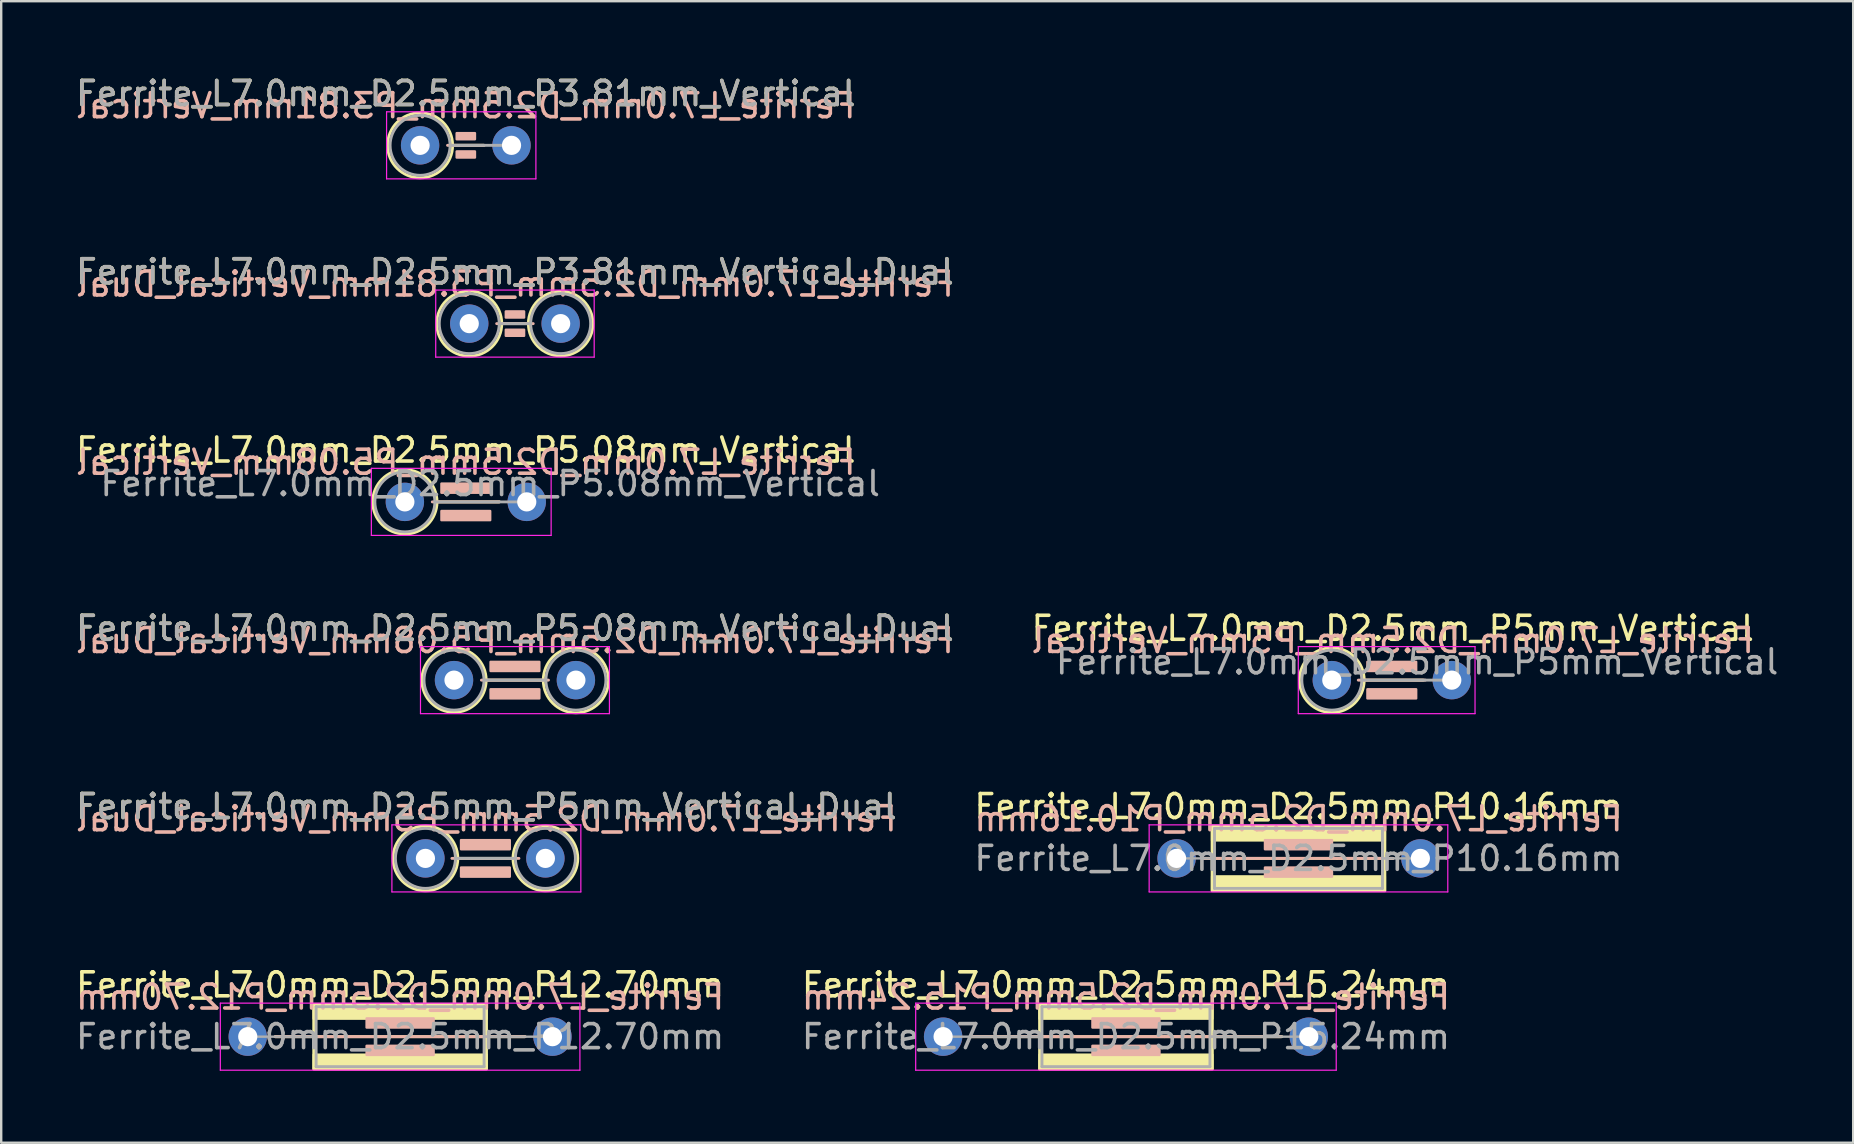
<source format=kicad_pcb>
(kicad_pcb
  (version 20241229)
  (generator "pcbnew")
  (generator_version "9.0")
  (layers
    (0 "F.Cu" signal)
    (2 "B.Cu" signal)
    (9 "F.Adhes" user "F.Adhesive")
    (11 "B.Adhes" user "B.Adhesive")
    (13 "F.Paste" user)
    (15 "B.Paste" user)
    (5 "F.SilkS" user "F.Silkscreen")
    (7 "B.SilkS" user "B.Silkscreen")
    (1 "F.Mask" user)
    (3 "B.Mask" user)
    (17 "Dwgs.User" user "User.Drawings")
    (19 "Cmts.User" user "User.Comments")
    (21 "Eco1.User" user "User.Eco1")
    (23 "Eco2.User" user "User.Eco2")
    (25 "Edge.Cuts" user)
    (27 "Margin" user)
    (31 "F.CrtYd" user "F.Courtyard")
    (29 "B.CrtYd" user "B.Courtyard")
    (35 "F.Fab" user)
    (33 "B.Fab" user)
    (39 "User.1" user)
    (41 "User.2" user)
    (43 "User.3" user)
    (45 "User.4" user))
  (footprint "Ferrite_L7.0mm_D2.5mm_P10.16mm"
    (layer "F.Cu")
    (at 45.985 32.724)
    (property "Reference" "Ferrite_L7.0mm_D2.5mm_P10.16mm" (at 5.08 -2.159 0) (layer "F.SilkS") (effects (font (size 1 1) (thickness 0.15))))
    (fp_line (start 6.694 0.000002) (end 1.143 0) (stroke (width 0.12) (type solid)) (layer "F.SilkS"))
    (fp_line (start 6.694 0.000002) (end 9.017 0) (stroke (width 0.12) (type solid)) (layer "F.SilkS"))
    (fp_rect (start 1.48 -1.35) (end 8.68 1.35) (stroke (width 0.12) (type solid)) (fill no) (layer "F.SilkS"))
    (fp_poly (pts (xy 8.68 -0.75) (xy 1.48 -0.75) (xy 1.48 -1.35) (xy 8.68 -1.35)) (stroke (width 0.1) (type solid)) (fill yes) (layer "F.SilkS"))
    (fp_poly (pts (xy 8.68 1.35) (xy 1.48 1.35) (xy 1.48 0.75) (xy 8.68 0.75)) (stroke (width 0.1) (type solid)) (fill yes) (layer "F.SilkS"))
    (fp_line (start 1.143 0) (end 9.017 0) (stroke (width 0.12) (type solid)) (layer "B.SilkS"))
    (fp_rect (start 3.683 -0.762) (end 6.477 -0.381) (stroke (width 0.1) (type solid)) (fill yes) (layer "B.SilkS"))
    (fp_rect (start 3.683 0.381) (end 6.477 0.762) (stroke (width 0.1) (type solid)) (fill yes) (layer "B.SilkS"))
    (fp_line (start -1.143 -1.397) (end 11.303 -1.397) (stroke (width 0.05) (type solid)) (layer "F.CrtYd"))
    (fp_line (start -1.143 1.397) (end -1.143 -1.397) (stroke (width 0.05) (type solid)) (layer "F.CrtYd"))
    (fp_line (start 11.303 -1.397) (end 11.303 1.397) (stroke (width 0.05) (type solid)) (layer "F.CrtYd"))
    (fp_line (start 11.303 1.397) (end -1.143 1.397) (stroke (width 0.05) (type solid)) (layer "F.CrtYd"))
    (fp_line (start 0 0) (end 1.58 0) (stroke (width 0.1) (type solid)) (layer "F.Fab"))
    (fp_line (start 1.58 -1.25) (end 1.58 0) (stroke (width 0.12) (type solid)) (layer "F.Fab"))
    (fp_line (start 1.58 0) (end 1.58 1.25) (stroke (width 0.12) (type solid)) (layer "F.Fab"))
    (fp_line (start 1.58 1.25) (end 8.58 1.25) (stroke (width 0.12) (type solid)) (layer "F.Fab"))
    (fp_line (start 8.58 -1.25) (end 1.58 -1.25) (stroke (width 0.12) (type solid)) (layer "F.Fab"))
    (fp_line (start 8.58 1.25) (end 8.58 -1.25) (stroke (width 0.12) (type solid)) (layer "F.Fab"))
    (fp_line (start 10.16 0) (end 8.58 0) (stroke (width 0.1) (type solid)) (layer "F.Fab"))
    (fp_text user "${REFERENCE}" (at 5.08 -1.651 0) (layer "B.SilkS") (effects (font (size 1 1) (thickness 0.15)) (justify mirror)))
    (fp_text user "${REFERENCE}" (at 5.08 0 0) (layer "F.Fab") (effects (font (size 1 1) (thickness 0.15))))
    (pad "1" thru_hole circle (at 0 0) (size 1.6 1.6) (drill 0.8) (layers "*.Cu" "*.Mask"))
    (pad "2" thru_hole circle (at 10.16 0) (size 1.6 1.6) (drill 0.8) (layers "*.Cu" "*.Mask")))
  (footprint "Ferrite_L7.0mm_D2.5mm_P3.81mm_Vertical_Dual"
    (layer "F.Cu")
    (at 16.506 10.437)
    (property "Reference" "Ferrite_L7.0mm_D2.5mm_P3.81mm_Vertical_Dual" (at 1.905 -2.159 0) (layer "F.SilkS") (effects (font (size 1 1) (thickness 0.15))))
    (fp_line (start 1.355 0) (end 2.465 0) (stroke (width 0.12) (type solid)) (layer "F.SilkS"))
    (fp_circle (center 0 0) (end 1.355 0) (stroke (width 0.12) (type solid)) (fill no) (layer "F.SilkS"))
    (fp_circle (center 3.81 0) (end 5.155 0) (stroke (width 0.12) (type solid)) (fill no) (layer "F.SilkS"))
    (fp_line (start 2.667 0) (end 1.143 0) (stroke (width 0.12) (type solid)) (layer "B.SilkS"))
    (fp_rect (start 1.524 -0.508) (end 2.286 -0.254) (stroke (width 0.1) (type solid)) (fill yes) (layer "B.SilkS"))
    (fp_rect (start 1.524 0.254) (end 2.286 0.508) (stroke (width 0.1) (type solid)) (fill yes) (layer "B.SilkS"))
    (fp_line (start -1.397 -1.397) (end 5.207 -1.397) (stroke (width 0.05) (type solid)) (layer "F.CrtYd"))
    (fp_line (start -1.397 1.397) (end -1.397 -1.397) (stroke (width 0.05) (type solid)) (layer "F.CrtYd"))
    (fp_line (start 5.207 -1.397) (end 5.207 1.397) (stroke (width 0.05) (type solid)) (layer "F.CrtYd"))
    (fp_line (start 5.207 1.397) (end -1.397 1.397) (stroke (width 0.05) (type solid)) (layer "F.CrtYd"))
    (fp_line (start 1.25 0) (end 2.56 0) (stroke (width 0.12) (type solid)) (layer "F.Fab"))
    (fp_circle (center 0 0) (end 1.25 0) (stroke (width 0.12) (type solid)) (fill no) (layer "F.Fab"))
    (fp_circle (center 3.81 0) (end 5.06 0) (stroke (width 0.12) (type solid)) (fill no) (layer "F.Fab"))
    (fp_text user "${REFERENCE}" (at 1.905 -1.651 0) (layer "B.SilkS") (effects (font (size 1 1) (thickness 0.15)) (justify mirror)))
    (fp_text user "${REFERENCE}" (at 1.905 -2.158 0) (layer "F.Fab") (effects (font (size 1 1) (thickness 0.15))))
    (pad "1" thru_hole circle (at 0 0) (size 1.6 1.6) (drill 0.8) (layers "*.Cu" "*.Mask"))
    (pad "2" thru_hole circle (at 3.81 0) (size 1.6 1.6) (drill 0.8) (layers "*.Cu" "*.Mask")))
  (footprint "Ferrite_L7.0mm_D2.5mm_P3.81mm_Vertical"
    (layer "F.Cu")
    (at 14.458 3.007)
    (property "Reference" "Ferrite_L7.0mm_D2.5mm_P3.81mm_Vertical" (at 1.905 -2.159 0) (layer "F.SilkS") (effects (font (size 1 1) (thickness 0.15))))
    (fp_line (start 1.355 0) (end 2.667 0) (stroke (width 0.12) (type solid)) (layer "F.SilkS"))
    (fp_circle (center 0 0) (end 1.355 0) (stroke (width 0.12) (type solid)) (fill no) (layer "F.SilkS"))
    (fp_line (start 2.667 0) (end 1.143 0) (stroke (width 0.12) (type solid)) (layer "B.SilkS"))
    (fp_rect (start 1.524 -0.508) (end 2.286 -0.254) (stroke (width 0.1) (type solid)) (fill yes) (layer "B.SilkS"))
    (fp_rect (start 1.524 0.254) (end 2.286 0.508) (stroke (width 0.1) (type solid)) (fill yes) (layer "B.SilkS"))
    (fp_line (start -1.397 -1.397) (end 4.826 -1.397) (stroke (width 0.05) (type solid)) (layer "F.CrtYd"))
    (fp_line (start -1.397 1.397) (end -1.397 -1.397) (stroke (width 0.05) (type solid)) (layer "F.CrtYd"))
    (fp_line (start 4.826 -1.397) (end 4.826 1.397) (stroke (width 0.05) (type solid)) (layer "F.CrtYd"))
    (fp_line (start 4.826 1.397) (end -1.397 1.397) (stroke (width 0.05) (type solid)) (layer "F.CrtYd"))
    (fp_line (start 1.25 0) (end 3.81 0) (stroke (width 0.12) (type solid)) (layer "F.Fab"))
    (fp_circle (center 0 0) (end 1.25 0) (stroke (width 0.12) (type solid)) (fill no) (layer "F.Fab"))
    (fp_text user "${REFERENCE}" (at 1.905 -1.651 0) (layer "B.SilkS") (effects (font (size 1 1) (thickness 0.15)) (justify mirror)))
    (fp_text user "${REFERENCE}" (at 1.905 -2.158 0) (layer "F.Fab") (effects (font (size 1 1) (thickness 0.15))))
    (pad "1" thru_hole circle (at 0 0) (size 1.6 1.6) (drill 0.8) (layers "*.Cu" "*.Mask"))
    (pad "2" thru_hole circle (at 3.81 0) (size 1.6 1.6) (drill 0.8) (layers "*.Cu" "*.Mask")))
  (footprint "Ferrite_L7.0mm_D2.5mm_P5mm_Vertical"
    (layer "F.Cu")
    (at 52.454 25.295)
    (property "Reference" "Ferrite_L7.0mm_D2.5mm_P5mm_Vertical" (at 2.54 -2.159 0) (layer "F.SilkS") (effects (font (size 1 1) (thickness 0.15))))
    (fp_line (start 1.35 0) (end 3.81 0) (stroke (width 0.12) (type solid)) (layer "F.SilkS"))
    (fp_circle (center 0 0) (end 1.35 0) (stroke (width 0.12) (type solid)) (fill no) (layer "F.SilkS"))
    (fp_line (start 3.897 0) (end 1.103 0) (stroke (width 0.12) (type solid)) (layer "B.SilkS"))
    (fp_rect (start 1.484 -0.762) (end 3.516 -0.381) (stroke (width 0.1) (type solid)) (fill yes) (layer "B.SilkS"))
    (fp_rect (start 1.484 0.381) (end 3.516 0.762) (stroke (width 0.1) (type solid)) (fill yes) (layer "B.SilkS"))
    (fp_line (start -1.397 -1.397) (end 5.969 -1.397) (stroke (width 0.05) (type solid)) (layer "F.CrtYd"))
    (fp_line (start -1.397 1.397) (end -1.397 -1.397) (stroke (width 0.05) (type solid)) (layer "F.CrtYd"))
    (fp_line (start 5.969 -1.397) (end 5.969 1.397) (stroke (width 0.05) (type solid)) (layer "F.CrtYd"))
    (fp_line (start 5.969 1.397) (end -1.397 1.397) (stroke (width 0.05) (type solid)) (layer "F.CrtYd"))
    (fp_line (start 1.25 0) (end 5 0) (stroke (width 0.12) (type solid)) (layer "F.Fab"))
    (fp_circle (center 0 0) (end 1.25 0) (stroke (width 0.12) (type solid)) (fill no) (layer "F.Fab"))
    (fp_text user "${REFERENCE}" (at 2.54 -1.651 0) (layer "B.SilkS") (effects (font (size 1 1) (thickness 0.15)) (justify mirror)))
    (fp_text user "${REFERENCE}" (at 3.556 -0.762 0) (layer "F.Fab") (effects (font (size 1 1) (thickness 0.15))))
    (pad "1" thru_hole circle (at 0 0) (size 1.6 1.6) (drill 0.8) (layers "*.Cu" "*.Mask"))
    (pad "2" thru_hole circle (at 5 0) (size 1.6 1.6) (drill 0.8) (layers "*.Cu" "*.Mask")))
  (footprint "Ferrite_L7.0mm_D2.5mm_P15.24mm"
    (layer "F.Cu")
    (at 36.255 40.154)
    (property "Reference" "Ferrite_L7.0mm_D2.5mm_P15.24mm" (at 7.62 -2.159 0) (layer "F.SilkS") (effects (font (size 1 1) (thickness 0.15))))
    (fp_line (start 9.234 0.000002) (end 1.17 0) (stroke (width 0.12) (type solid)) (layer "F.SilkS"))
    (fp_line (start 9.234 0.000002) (end 14.12 0) (stroke (width 0.12) (type solid)) (layer "F.SilkS"))
    (fp_rect (start 4.02 -1.35) (end 11.22 1.35) (stroke (width 0.12) (type solid)) (fill no) (layer "F.SilkS"))
    (fp_poly (pts (xy 11.22 -0.75) (xy 4.02 -0.75) (xy 4.02 -1.35) (xy 11.22 -1.35)) (stroke (width 0.1) (type solid)) (fill yes) (layer "F.SilkS"))
    (fp_poly (pts (xy 11.22 1.35) (xy 4.02 1.35) (xy 4.02 0.75) (xy 11.22 0.75)) (stroke (width 0.1) (type solid)) (fill yes) (layer "F.SilkS"))
    (fp_line (start 1.143 0) (end 14.097 0) (stroke (width 0.12) (type solid)) (layer "B.SilkS"))
    (fp_rect (start 6.223 -0.762) (end 9.017 -0.381) (stroke (width 0.1) (type solid)) (fill yes) (layer "B.SilkS"))
    (fp_rect (start 6.223 0.381) (end 9.017 0.762) (stroke (width 0.1) (type solid)) (fill yes) (layer "B.SilkS"))
    (fp_line (start -1.143 -1.397) (end 16.383 -1.397) (stroke (width 0.05) (type solid)) (layer "F.CrtYd"))
    (fp_line (start -1.143 1.397) (end -1.143 -1.397) (stroke (width 0.05) (type solid)) (layer "F.CrtYd"))
    (fp_line (start 16.383 -1.397) (end 16.383 1.397) (stroke (width 0.05) (type solid)) (layer "F.CrtYd"))
    (fp_line (start 16.383 1.397) (end -1.143 1.397) (stroke (width 0.05) (type solid)) (layer "F.CrtYd"))
    (fp_line (start 4.12 -1.25) (end 4.12 0) (stroke (width 0.12) (type solid)) (layer "F.Fab"))
    (fp_line (start 4.12 0) (end 0 0) (stroke (width 0.1) (type solid)) (layer "F.Fab"))
    (fp_line (start 4.12 0) (end 4.12 1.25) (stroke (width 0.12) (type solid)) (layer "F.Fab"))
    (fp_line (start 4.12 1.25) (end 11.12 1.25) (stroke (width 0.12) (type solid)) (layer "F.Fab"))
    (fp_line (start 11.12 -1.25) (end 4.12 -1.25) (stroke (width 0.12) (type solid)) (layer "F.Fab"))
    (fp_line (start 11.12 1.25) (end 11.12 -1.25) (stroke (width 0.12) (type solid)) (layer "F.Fab"))
    (fp_line (start 15.24 0) (end 11.12 0) (stroke (width 0.1) (type solid)) (layer "F.Fab"))
    (fp_text user "${REFERENCE}" (at 7.62 -1.651 0) (layer "B.SilkS") (effects (font (size 1 1) (thickness 0.15)) (justify mirror)))
    (fp_text user "${REFERENCE}" (at 7.62 0 0) (layer "F.Fab") (effects (font (size 1 1) (thickness 0.15))))
    (pad "1" thru_hole circle (at 0 0) (size 1.6 1.6) (drill 0.8) (layers "*.Cu" "*.Mask"))
    (pad "2" thru_hole circle (at 15.24 0) (size 1.6 1.6) (drill 0.8) (layers "*.Cu" "*.Mask")))
  (footprint "Ferrite_L7.0mm_D2.5mm_P5.08mm_Vertical_Dual"
    (layer "F.Cu")
    (at 15.871 25.295)
    (property "Reference" "Ferrite_L7.0mm_D2.5mm_P5.08mm_Vertical_Dual" (at 2.54 -2.159 0) (layer "F.SilkS") (effects (font (size 1 1) (thickness 0.15))))
    (fp_line (start 1.34 0) (end 3.72 0) (stroke (width 0.12) (type solid)) (layer "F.SilkS"))
    (fp_circle (center 0 0) (end 1.34 0) (stroke (width 0.12) (type solid)) (fill no) (layer "F.SilkS"))
    (fp_circle (center 5.08 0) (end 6.44 0) (stroke (width 0.12) (type solid)) (fill no) (layer "F.SilkS"))
    (fp_line (start 3.937 0) (end 1.143 0) (stroke (width 0.12) (type solid)) (layer "B.SilkS"))
    (fp_rect (start 1.524 -0.762) (end 3.556 -0.381) (stroke (width 0.1) (type solid)) (fill yes) (layer "B.SilkS"))
    (fp_rect (start 1.524 0.381) (end 3.556 0.762) (stroke (width 0.1) (type solid)) (fill yes) (layer "B.SilkS"))
    (fp_line (start -1.397 -1.397) (end 6.477 -1.397) (stroke (width 0.05) (type solid)) (layer "F.CrtYd"))
    (fp_line (start -1.397 1.397) (end -1.397 -1.397) (stroke (width 0.05) (type solid)) (layer "F.CrtYd"))
    (fp_line (start 6.477 -1.397) (end 6.477 1.397) (stroke (width 0.05) (type solid)) (layer "F.CrtYd"))
    (fp_line (start 6.477 1.397) (end -1.397 1.397) (stroke (width 0.05) (type solid)) (layer "F.CrtYd"))
    (fp_line (start 1.25 0) (end 3.83 0) (stroke (width 0.12) (type solid)) (layer "F.Fab"))
    (fp_circle (center 0 0) (end 1.25 0) (stroke (width 0.12) (type solid)) (fill no) (layer "F.Fab"))
    (fp_circle (center 5.08 0) (end 6.33 0) (stroke (width 0.12) (type solid)) (fill no) (layer "F.Fab"))
    (fp_text user "${REFERENCE}" (at 2.54 -1.649 0) (layer "B.SilkS") (effects (font (size 1 1) (thickness 0.15)) (justify mirror)))
    (fp_text user "${REFERENCE}" (at 2.54 -2.158 0) (layer "F.Fab") (effects (font (size 1 1) (thickness 0.15))))
    (pad "1" thru_hole circle (at 0 0) (size 1.6 1.6) (drill 0.8) (layers "*.Cu" "*.Mask"))
    (pad "2" thru_hole circle (at 5.08 0) (size 1.6 1.6) (drill 0.8) (layers "*.Cu" "*.Mask")))
  (footprint "Ferrite_L7.0mm_D2.5mm_P12.70mm"
    (layer "F.Cu")
    (at 7.275 40.154)
    (property "Reference" "Ferrite_L7.0mm_D2.5mm_P12.70mm" (at 6.35 -2.159 0) (layer "F.SilkS") (effects (font (size 1 1) (thickness 0.15))))
    (fp_line (start 7.964 0.000002) (end 1.143 0) (stroke (width 0.12) (type solid)) (layer "F.SilkS"))
    (fp_line (start 7.964 0.000002) (end 11.557 0) (stroke (width 0.12) (type solid)) (layer "F.SilkS"))
    (fp_rect (start 2.75 -1.35) (end 9.95 1.35) (stroke (width 0.12) (type solid)) (fill no) (layer "F.SilkS"))
    (fp_poly (pts (xy 9.95 -0.75) (xy 2.75 -0.75) (xy 2.75 -1.35) (xy 9.95 -1.35)) (stroke (width 0.1) (type solid)) (fill yes) (layer "F.SilkS"))
    (fp_poly (pts (xy 9.95 1.35) (xy 2.75 1.35) (xy 2.75 0.75) (xy 9.95 0.75)) (stroke (width 0.1) (type solid)) (fill yes) (layer "F.SilkS"))
    (fp_line (start 1.143 0) (end 11.557 0) (stroke (width 0.12) (type solid)) (layer "B.SilkS"))
    (fp_rect (start 4.953 -0.762) (end 7.747 -0.381) (stroke (width 0.1) (type solid)) (fill yes) (layer "B.SilkS"))
    (fp_rect (start 4.953 0.381) (end 7.747 0.762) (stroke (width 0.1) (type solid)) (fill yes) (layer "B.SilkS"))
    (fp_line (start -1.143 -1.397) (end 13.843 -1.397) (stroke (width 0.05) (type solid)) (layer "F.CrtYd"))
    (fp_line (start -1.143 1.397) (end -1.143 -1.397) (stroke (width 0.05) (type solid)) (layer "F.CrtYd"))
    (fp_line (start 13.843 -1.397) (end 13.843 1.397) (stroke (width 0.05) (type solid)) (layer "F.CrtYd"))
    (fp_line (start 13.843 1.397) (end -1.143 1.397) (stroke (width 0.05) (type solid)) (layer "F.CrtYd"))
    (fp_line (start 0 0) (end 2.85 0) (stroke (width 0.1) (type solid)) (layer "F.Fab"))
    (fp_line (start 2.85 -1.25) (end 2.85 0) (stroke (width 0.12) (type solid)) (layer "F.Fab"))
    (fp_line (start 2.85 0) (end 2.85 1.25) (stroke (width 0.12) (type solid)) (layer "F.Fab"))
    (fp_line (start 2.85 1.25) (end 9.85 1.25) (stroke (width 0.12) (type solid)) (layer "F.Fab"))
    (fp_line (start 9.85 -1.25) (end 2.85 -1.25) (stroke (width 0.12) (type solid)) (layer "F.Fab"))
    (fp_line (start 9.85 1.25) (end 9.85 -1.25) (stroke (width 0.12) (type solid)) (layer "F.Fab"))
    (fp_line (start 12.7 0) (end 9.85 0) (stroke (width 0.1) (type solid)) (layer "F.Fab"))
    (fp_text user "${REFERENCE}" (at 6.35 -1.651 0) (layer "B.SilkS") (effects (font (size 1 1) (thickness 0.15)) (justify mirror)))
    (fp_text user "${REFERENCE}" (at 6.35 0 0) (layer "F.Fab") (effects (font (size 1 1) (thickness 0.15))))
    (pad "1" thru_hole circle (at 0 0) (size 1.6 1.6) (drill 0.8) (layers "*.Cu" "*.Mask"))
    (pad "2" thru_hole circle (at 12.7 0) (size 1.6 1.6) (drill 0.8) (layers "*.Cu" "*.Mask")))
  (footprint "Ferrite_L7.0mm_D2.5mm_P5.08mm_Vertical"
    (layer "F.Cu")
    (at 13.823 17.866)
    (property "Reference" "Ferrite_L7.0mm_D2.5mm_P5.08mm_Vertical" (at 2.54 -2.159 0) (layer "F.SilkS") (effects (font (size 1 1) (thickness 0.15))))
    (fp_line (start 1.34 0) (end 3.937 0) (stroke (width 0.12) (type solid)) (layer "F.SilkS"))
    (fp_circle (center 0 0) (end 1.34 0) (stroke (width 0.12) (type solid)) (fill no) (layer "F.SilkS"))
    (fp_line (start 3.937 0) (end 1.143 0) (stroke (width 0.12) (type solid)) (layer "B.SilkS"))
    (fp_rect (start 1.524 -0.762) (end 3.556 -0.381) (stroke (width 0.1) (type solid)) (fill yes) (layer "B.SilkS"))
    (fp_rect (start 1.524 0.381) (end 3.556 0.762) (stroke (width 0.1) (type solid)) (fill yes) (layer "B.SilkS"))
    (fp_line (start -1.397 -1.397) (end 6.096 -1.397) (stroke (width 0.05) (type solid)) (layer "F.CrtYd"))
    (fp_line (start -1.397 1.397) (end -1.397 -1.397) (stroke (width 0.05) (type solid)) (layer "F.CrtYd"))
    (fp_line (start 6.096 -1.397) (end 6.096 1.397) (stroke (width 0.05) (type solid)) (layer "F.CrtYd"))
    (fp_line (start 6.096 1.397) (end -1.397 1.397) (stroke (width 0.05) (type solid)) (layer "F.CrtYd"))
    (fp_line (start 1.25 0) (end 5.08 0) (stroke (width 0.12) (type solid)) (layer "F.Fab"))
    (fp_circle (center 0 0) (end 1.25 0) (stroke (width 0.12) (type solid)) (fill no) (layer "F.Fab"))
    (fp_text user "${REFERENCE}" (at 2.54 -1.651 0) (layer "B.SilkS") (effects (font (size 1 1) (thickness 0.15)) (justify mirror)))
    (fp_text user "${REFERENCE}" (at 3.556 -0.762 0) (layer "F.Fab") (effects (font (size 1 1) (thickness 0.15))))
    (pad "1" thru_hole circle (at 0 0) (size 1.6 1.6) (drill 0.8) (layers "*.Cu" "*.Mask"))
    (pad "2" thru_hole circle (at 5.08 0) (size 1.6 1.6) (drill 0.8) (layers "*.Cu" "*.Mask")))
  (footprint "Ferrite_L7.0mm_D2.5mm_P5mm_Vertical_Dual"
    (layer "F.Cu")
    (at 14.68 32.724)
    (property "Reference" "Ferrite_L7.0mm_D2.5mm_P5mm_Vertical_Dual" (at 2.54 -2.159 0) (layer "F.SilkS") (effects (font (size 1 1) (thickness 0.15))))
    (fp_line (start 1.35 0) (end 3.65 0) (stroke (width 0.12) (type solid)) (layer "F.SilkS"))
    (fp_circle (center 0 0) (end 1.35 0) (stroke (width 0.12) (type solid)) (fill no) (layer "F.SilkS"))
    (fp_circle (center 5 0) (end 6.35 0) (stroke (width 0.12) (type solid)) (fill no) (layer "F.SilkS"))
    (fp_line (start 3.897 0) (end 1.103 0) (stroke (width 0.12) (type solid)) (layer "B.SilkS"))
    (fp_rect (start 1.484 -0.762) (end 3.516 -0.381) (stroke (width 0.1) (type solid)) (fill yes) (layer "B.SilkS"))
    (fp_rect (start 1.484 0.381) (end 3.516 0.762) (stroke (width 0.1) (type solid)) (fill yes) (layer "B.SilkS"))
    (fp_line (start -1.397 -1.397) (end 6.477 -1.397) (stroke (width 0.05) (type solid)) (layer "F.CrtYd"))
    (fp_line (start -1.397 1.397) (end -1.397 -1.397) (stroke (width 0.05) (type solid)) (layer "F.CrtYd"))
    (fp_line (start 6.477 -1.397) (end 6.477 1.397) (stroke (width 0.05) (type solid)) (layer "F.CrtYd"))
    (fp_line (start 6.477 1.397) (end -1.397 1.397) (stroke (width 0.05) (type solid)) (layer "F.CrtYd"))
    (fp_line (start 1.25 0) (end 3.75 0) (stroke (width 0.12) (type solid)) (layer "F.Fab"))
    (fp_circle (center 0 0) (end 1.25 0) (stroke (width 0.12) (type solid)) (fill no) (layer "F.Fab"))
    (fp_circle (center 5 0) (end 6.25 0) (stroke (width 0.12) (type solid)) (fill no) (layer "F.Fab"))
    (fp_text user "${REFERENCE}" (at 2.54 -1.651 0) (layer "B.SilkS") (effects (font (size 1 1) (thickness 0.15)) (justify mirror)))
    (fp_text user "${REFERENCE}" (at 2.54 -2.158 0) (layer "F.Fab") (effects (font (size 1 1) (thickness 0.15))))
    (pad "1" thru_hole circle (at 0 0) (size 1.6 1.6) (drill 0.8) (layers "*.Cu" "*.Mask"))
    (pad "2" thru_hole circle (at 5 0) (size 1.6 1.6) (drill 0.8) (layers "*.Cu" "*.Mask")))
  (gr_rect
    (start -3 -3)
    (end 74.183 44.575)
    (stroke (width 0.1) (type default))
    (fill no)
    (layer "Edge.Cuts")))
</source>
